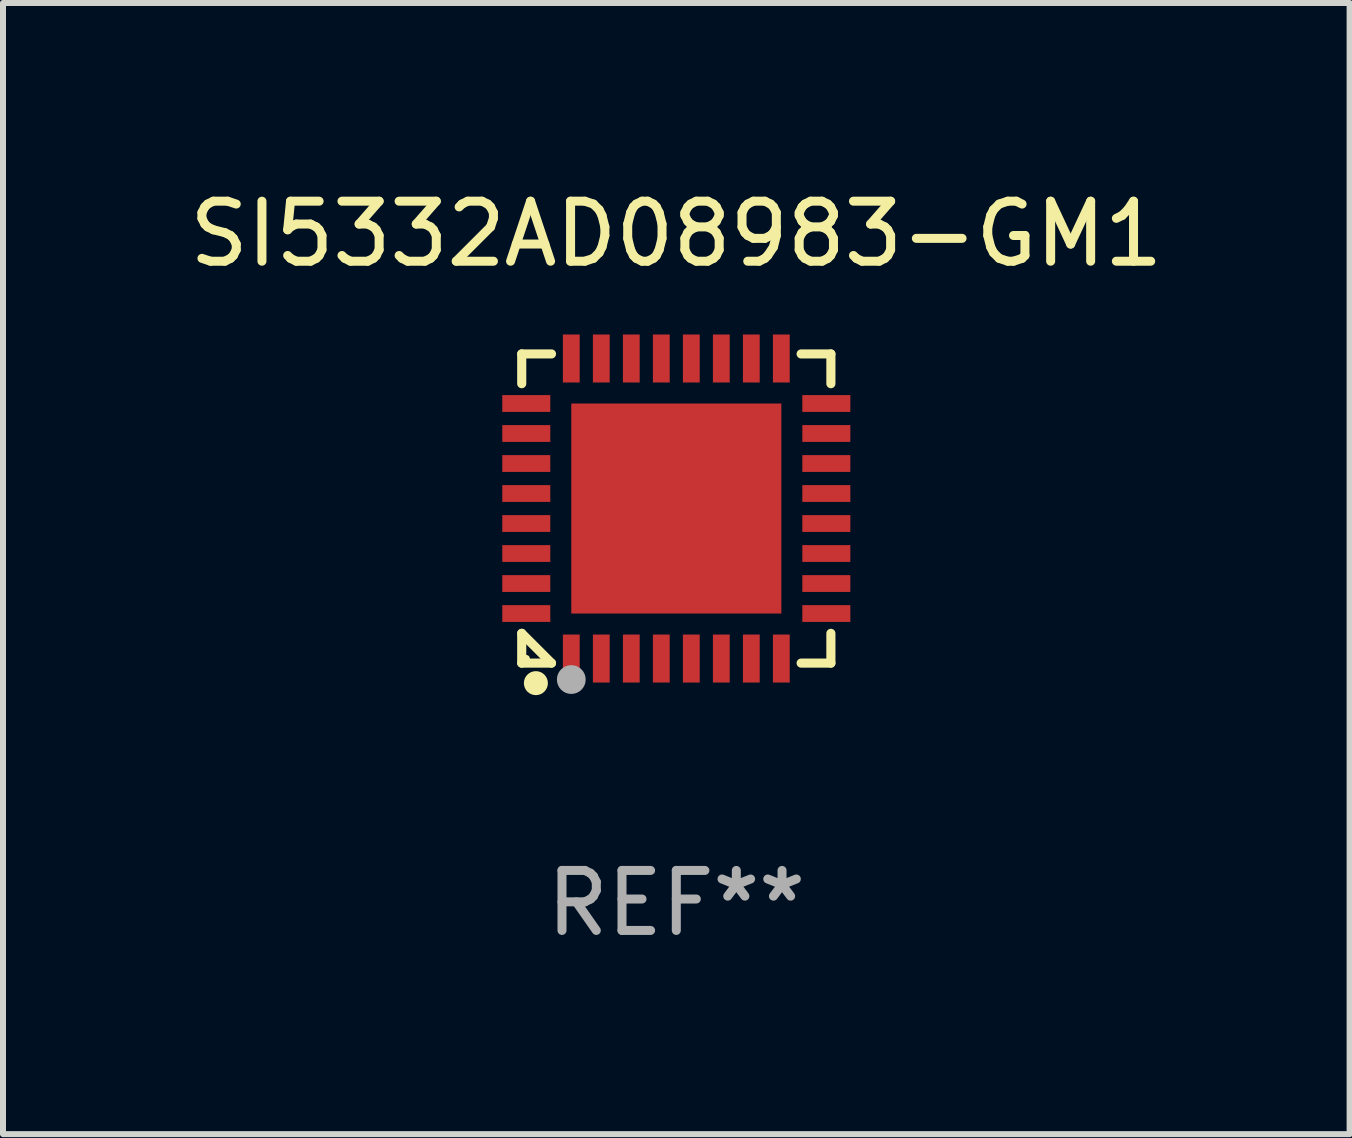
<source format=kicad_pcb>
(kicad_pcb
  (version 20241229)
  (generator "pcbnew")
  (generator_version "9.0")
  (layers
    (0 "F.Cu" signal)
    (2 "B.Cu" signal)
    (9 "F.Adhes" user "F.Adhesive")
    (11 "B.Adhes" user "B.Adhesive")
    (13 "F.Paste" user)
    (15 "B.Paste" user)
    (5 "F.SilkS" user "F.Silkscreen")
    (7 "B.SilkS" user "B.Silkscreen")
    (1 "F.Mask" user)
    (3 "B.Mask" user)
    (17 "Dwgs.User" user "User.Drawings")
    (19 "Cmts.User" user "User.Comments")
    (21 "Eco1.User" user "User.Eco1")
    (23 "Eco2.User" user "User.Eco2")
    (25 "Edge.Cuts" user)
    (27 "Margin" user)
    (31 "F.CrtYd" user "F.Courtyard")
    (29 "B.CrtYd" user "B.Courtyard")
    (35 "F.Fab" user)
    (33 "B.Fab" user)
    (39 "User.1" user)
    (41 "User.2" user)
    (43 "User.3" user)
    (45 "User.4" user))
  (footprint "SI5332AD08983-GM1"
    (layer "F.Cu")
    (at 8.22 5.424)
    (property "Reference" "SI5332AD08983-GM1" (at 0 -4.576 0) (layer "F.SilkS") (effects (font (size 1 1) (thickness 0.15))))
    (attr through_hole)
    (fp_line (start -2.576 -2.576) (end -2.08 -2.576) (stroke (width 0.152) (type solid)) (layer "F.SilkS"))
    (fp_line (start -2.576 -2.08) (end -2.576 -2.576) (stroke (width 0.152) (type solid)) (layer "F.SilkS"))
    (fp_line (start -2.576 2.08) (end -2.576 2.576) (stroke (width 0.152) (type solid)) (layer "F.SilkS"))
    (fp_line (start -2.576 2.08) (end -2.08 2.576) (stroke (width 0.152) (type solid)) (layer "F.SilkS"))
    (fp_line (start -2.576 2.576) (end -2.08 2.576) (stroke (width 0.152) (type solid)) (layer "F.SilkS"))
    (fp_line (start 2.576 -2.576) (end 2.08 -2.576) (stroke (width 0.152) (type solid)) (layer "F.SilkS"))
    (fp_line (start 2.576 -2.08) (end 2.576 -2.576) (stroke (width 0.152) (type solid)) (layer "F.SilkS"))
    (fp_line (start 2.576 2.08) (end 2.576 2.576) (stroke (width 0.152) (type solid)) (layer "F.SilkS"))
    (fp_line (start 2.576 2.576) (end 2.08 2.576) (stroke (width 0.152) (type solid)) (layer "F.SilkS"))
    (fp_circle (center -2.5 2.5) (end -2.47 2.5) (stroke (width 0.06) (type solid)) (fill no) (layer "F.SilkS"))
    (fp_circle (center -2.34 2.91) (end -2.24 2.91) (stroke (width 0.2) (type solid)) (fill no) (layer "F.SilkS"))
    (fp_circle (center -1.75 2.85) (end -1.63 2.85) (stroke (width 0.24) (type solid)) (fill no) (layer "F.Fab"))
    (fp_text user "REF**" (at 0 6.576 0) (layer "F.Fab") (effects (font (size 1 1) (thickness 0.15))))
    (pad "1" smd rect (at -1.75 2.5) (size 0.28 0.8) (layers "F.Cu" "F.Mask" "F.Paste"))
    (pad "2" smd rect (at -1.25 2.5) (size 0.28 0.8) (layers "F.Cu" "F.Mask" "F.Paste"))
    (pad "3" smd rect (at -0.75 2.5) (size 0.28 0.8) (layers "F.Cu" "F.Mask" "F.Paste"))
    (pad "4" smd rect (at -0.25 2.5) (size 0.28 0.8) (layers "F.Cu" "F.Mask" "F.Paste"))
    (pad "5" smd rect (at 0.25 2.5) (size 0.28 0.8) (layers "F.Cu" "F.Mask" "F.Paste"))
    (pad "6" smd rect (at 0.75 2.5) (size 0.28 0.8) (layers "F.Cu" "F.Mask" "F.Paste"))
    (pad "7" smd rect (at 1.25 2.5) (size 0.28 0.8) (layers "F.Cu" "F.Mask" "F.Paste"))
    (pad "8" smd rect (at 1.75 2.5) (size 0.28 0.8) (layers "F.Cu" "F.Mask" "F.Paste"))
    (pad "9" smd rect (at 2.5 1.75) (size 0.8 0.28) (layers "F.Cu" "F.Mask" "F.Paste"))
    (pad "10" smd rect (at 2.5 1.25) (size 0.8 0.28) (layers "F.Cu" "F.Mask" "F.Paste"))
    (pad "11" smd rect (at 2.5 0.75) (size 0.8 0.28) (layers "F.Cu" "F.Mask" "F.Paste"))
    (pad "12" smd rect (at 2.5 0.25) (size 0.8 0.28) (layers "F.Cu" "F.Mask" "F.Paste"))
    (pad "13" smd rect (at 2.5 -0.25) (size 0.8 0.28) (layers "F.Cu" "F.Mask" "F.Paste"))
    (pad "14" smd rect (at 2.5 -0.75) (size 0.8 0.28) (layers "F.Cu" "F.Mask" "F.Paste"))
    (pad "15" smd rect (at 2.5 -1.25) (size 0.8 0.28) (layers "F.Cu" "F.Mask" "F.Paste"))
    (pad "16" smd rect (at 2.5 -1.75) (size 0.8 0.28) (layers "F.Cu" "F.Mask" "F.Paste"))
    (pad "17" smd rect (at 1.75 -2.5) (size 0.28 0.8) (layers "F.Cu" "F.Mask" "F.Paste"))
    (pad "18" smd rect (at 1.25 -2.5) (size 0.28 0.8) (layers "F.Cu" "F.Mask" "F.Paste"))
    (pad "19" smd rect (at 0.75 -2.5) (size 0.28 0.8) (layers "F.Cu" "F.Mask" "F.Paste"))
    (pad "20" smd rect (at 0.25 -2.5) (size 0.28 0.8) (layers "F.Cu" "F.Mask" "F.Paste"))
    (pad "21" smd rect (at -0.25 -2.5) (size 0.28 0.8) (layers "F.Cu" "F.Mask" "F.Paste"))
    (pad "22" smd rect (at -0.75 -2.5) (size 0.28 0.8) (layers "F.Cu" "F.Mask" "F.Paste"))
    (pad "23" smd rect (at -1.25 -2.5) (size 0.28 0.8) (layers "F.Cu" "F.Mask" "F.Paste"))
    (pad "24" smd rect (at -1.75 -2.5) (size 0.28 0.8) (layers "F.Cu" "F.Mask" "F.Paste"))
    (pad "25" smd rect (at -2.5 -1.75) (size 0.8 0.28) (layers "F.Cu" "F.Mask" "F.Paste"))
    (pad "26" smd rect (at -2.5 -1.25) (size 0.8 0.28) (layers "F.Cu" "F.Mask" "F.Paste"))
    (pad "27" smd rect (at -2.5 -0.75) (size 0.8 0.28) (layers "F.Cu" "F.Mask" "F.Paste"))
    (pad "28" smd rect (at -2.5 -0.25) (size 0.8 0.28) (layers "F.Cu" "F.Mask" "F.Paste"))
    (pad "29" smd rect (at -2.5 0.25) (size 0.8 0.28) (layers "F.Cu" "F.Mask" "F.Paste"))
    (pad "30" smd rect (at -2.5 0.75) (size 0.8 0.28) (layers "F.Cu" "F.Mask" "F.Paste"))
    (pad "31" smd rect (at -2.5 1.25) (size 0.8 0.28) (layers "F.Cu" "F.Mask" "F.Paste"))
    (pad "32" smd rect (at -2.5 1.75) (size 0.8 0.28) (layers "F.Cu" "F.Mask" "F.Paste"))
    (pad "33" smd rect (at 0 0) (size 3.5 3.5) (layers "F.Cu" "F.Mask" "F.Paste")))
  (gr_rect
    (start -3 -3)
    (end 19.44 15.849)
    (stroke (width 0.1) (type default))
    (fill no)
    (layer "Edge.Cuts")))
</source>
